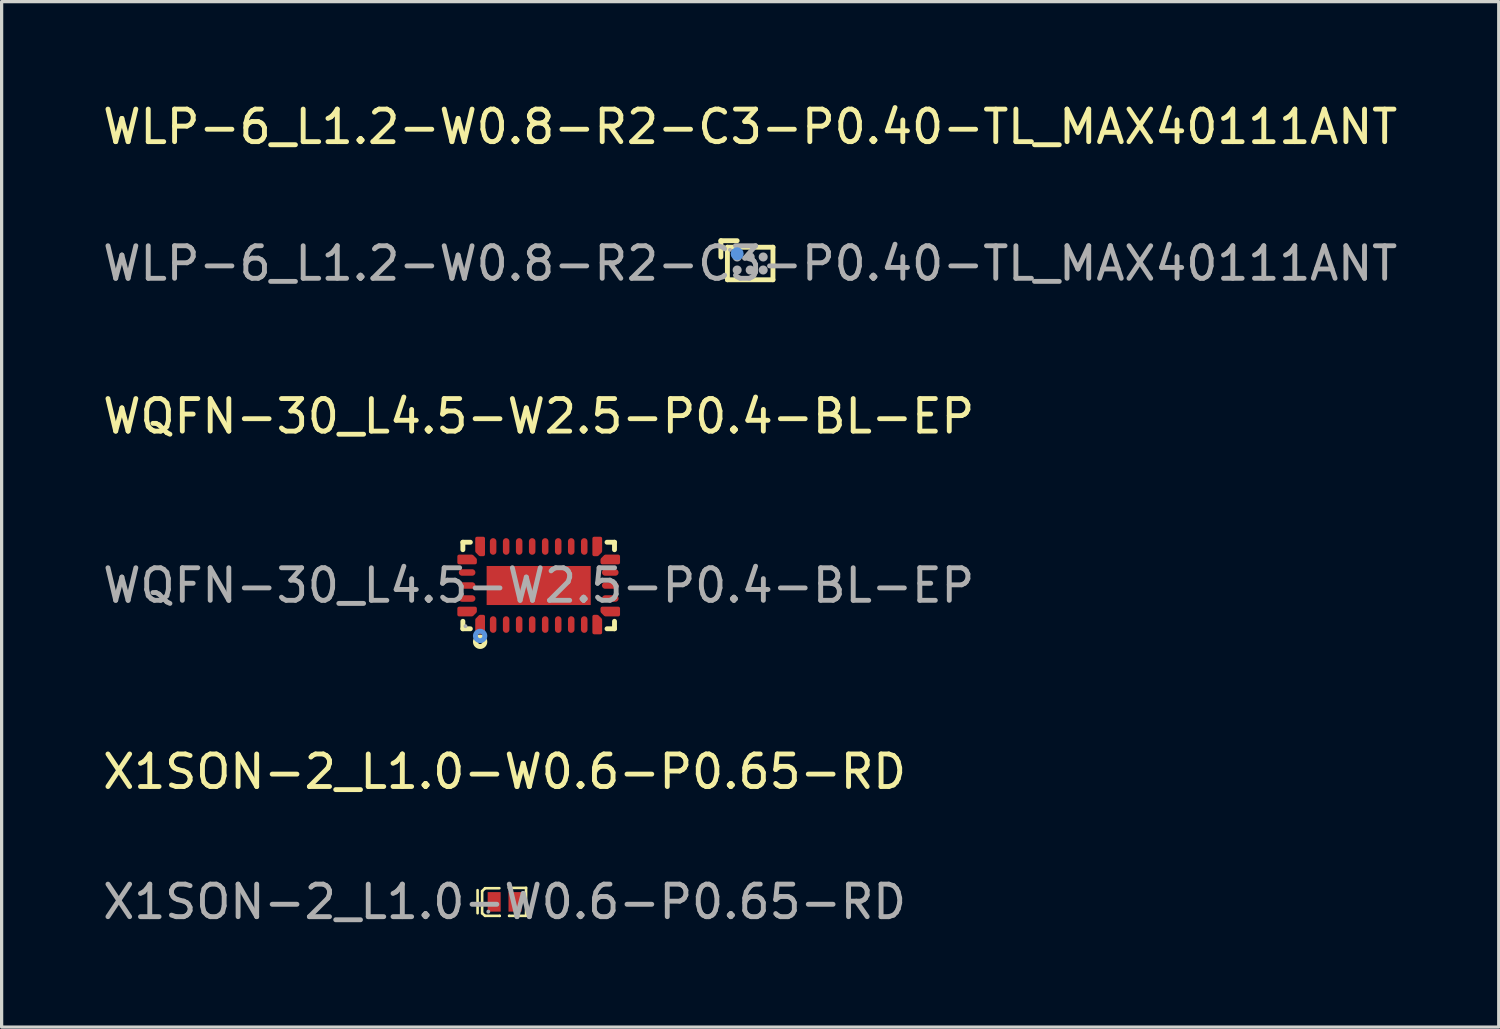
<source format=kicad_pcb>
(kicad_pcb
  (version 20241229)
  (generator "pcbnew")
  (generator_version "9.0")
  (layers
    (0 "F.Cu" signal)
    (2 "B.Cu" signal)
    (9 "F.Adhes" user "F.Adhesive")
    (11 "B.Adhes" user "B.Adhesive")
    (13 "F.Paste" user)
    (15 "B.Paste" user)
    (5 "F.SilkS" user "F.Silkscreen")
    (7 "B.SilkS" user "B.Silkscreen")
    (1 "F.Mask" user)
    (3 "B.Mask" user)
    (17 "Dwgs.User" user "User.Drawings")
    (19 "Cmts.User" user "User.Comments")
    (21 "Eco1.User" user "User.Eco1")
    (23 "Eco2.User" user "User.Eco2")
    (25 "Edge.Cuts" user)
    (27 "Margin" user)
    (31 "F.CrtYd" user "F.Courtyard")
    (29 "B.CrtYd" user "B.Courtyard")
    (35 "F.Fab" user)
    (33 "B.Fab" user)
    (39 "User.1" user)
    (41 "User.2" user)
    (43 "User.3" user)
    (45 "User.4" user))
  (footprint "WQFN-30_L4.5-W2.5-P0.4-BL-EP"
    (layer "F.Cu")
    (at 13.506 14.945)
    (property "Reference" "WQFN-30_L4.5-W2.5-P0.4-BL-EP" (at 0 -5.2 0) (layer "F.SilkS") (effects (font (size 1 1) (thickness 0.15))))
    (attr smd)
    (fp_line (start -2.33 -1.33) (end -2.1 -1.33) (stroke (width 0.15) (type solid)) (layer "F.SilkS"))
    (fp_line (start -2.33 -1.1) (end -2.33 -1.33) (stroke (width 0.15) (type solid)) (layer "F.SilkS"))
    (fp_line (start -2.33 1.1) (end -2.33 1.33) (stroke (width 0.15) (type solid)) (layer "F.SilkS"))
    (fp_line (start -2.33 1.33) (end -2.1 1.33) (stroke (width 0.15) (type solid)) (layer "F.SilkS"))
    (fp_line (start 2.33 -1.33) (end 2.1 -1.33) (stroke (width 0.15) (type solid)) (layer "F.SilkS"))
    (fp_line (start 2.33 -1.1) (end 2.33 -1.33) (stroke (width 0.15) (type solid)) (layer "F.SilkS"))
    (fp_line (start 2.33 1.1) (end 2.33 1.33) (stroke (width 0.15) (type solid)) (layer "F.SilkS"))
    (fp_line (start 2.33 1.33) (end 2.1 1.33) (stroke (width 0.15) (type solid)) (layer "F.SilkS"))
    (fp_circle (center -1.8 1.73) (end -1.73 1.73) (stroke (width 0.15) (type solid)) (fill no) (layer "F.SilkS"))
    (fp_circle (center -1.8 1.55) (end -1.73 1.55) (stroke (width 0.15) (type solid)) (fill no) (layer "Cmts.User"))
    (fp_circle (center -2.25 1.25) (end -2.22 1.25) (stroke (width 0.06) (type solid)) (fill no) (layer "F.Fab"))
    (fp_text user "${REFERENCE}" (at 0 0 0) (layer "F.Fab") (effects (font (size 1 1) (thickness 0.15))))
    (pad "1" smd custom (at -1.8 1.2) (size 0.01 0.01) (layers "F.Cu" "F.Mask" "F.Paste") (options (anchor circle)) (primitives (gr_poly (pts (xy -0.1 0.25) (xy 0.1 0.25) (xy 0.1 -0.25) (xy 0 -0.25) (xy -0.1 -0.15)) (width 0.1) (fill yes))))
    (pad "2" smd oval (at -1.4 1.2) (size 0.2 0.51) (layers "F.Cu" "F.Mask" "F.Paste"))
    (pad "3" smd oval (at -1 1.2) (size 0.2 0.51) (layers "F.Cu" "F.Mask" "F.Paste"))
    (pad "4" smd oval (at -0.6 1.2) (size 0.2 0.51) (layers "F.Cu" "F.Mask" "F.Paste"))
    (pad "5" smd oval (at -0.2 1.2) (size 0.2 0.51) (layers "F.Cu" "F.Mask" "F.Paste"))
    (pad "6" smd oval (at 0.2 1.2) (size 0.2 0.51) (layers "F.Cu" "F.Mask" "F.Paste"))
    (pad "7" smd oval (at 0.6 1.2) (size 0.2 0.51) (layers "F.Cu" "F.Mask" "F.Paste"))
    (pad "8" smd oval (at 1 1.2) (size 0.2 0.51) (layers "F.Cu" "F.Mask" "F.Paste"))
    (pad "9" smd oval (at 1.4 1.2) (size 0.2 0.51) (layers "F.Cu" "F.Mask" "F.Paste"))
    (pad "10" smd custom (at 1.8 1.2) (size 0.01 0.01) (layers "F.Cu" "F.Mask" "F.Paste") (options (anchor circle)) (primitives (gr_poly (pts (xy 0.1 0.25) (xy -0.1 0.25) (xy -0.1 -0.25) (xy 0 -0.25) (xy 0.1 -0.15)) (width 0.1) (fill yes))))
    (pad "11" smd custom (at 2.2 0.8) (size 0.01 0.01) (layers "F.Cu" "F.Mask" "F.Paste") (options (anchor circle)) (primitives (gr_poly (pts (xy 0.25 0.1) (xy 0.25 -0.1) (xy -0.25 -0.1) (xy -0.25 0) (xy -0.15 0.1)) (width 0.1) (fill yes))))
    (pad "12" smd oval (at 2.2 0.4) (size 0.51 0.2) (layers "F.Cu" "F.Mask" "F.Paste"))
    (pad "13" smd oval (at 2.2 0) (size 0.51 0.2) (layers "F.Cu" "F.Mask" "F.Paste"))
    (pad "14" smd oval (at 2.2 -0.4) (size 0.51 0.2) (layers "F.Cu" "F.Mask" "F.Paste"))
    (pad "15" smd custom (at 2.2 -0.8) (size 0.01 0.01) (layers "F.Cu" "F.Mask" "F.Paste") (options (anchor circle)) (primitives (gr_poly (pts (xy 0.25 -0.1) (xy 0.25 0.1) (xy -0.25 0.1) (xy -0.25 0) (xy -0.15 -0.1)) (width 0.1) (fill yes))))
    (pad "16" smd custom (at 1.8 -1.2) (size 0.01 0.01) (layers "F.Cu" "F.Mask" "F.Paste") (options (anchor circle)) (primitives (gr_poly (pts (xy 0.1 -0.25) (xy -0.1 -0.25) (xy -0.1 0.25) (xy 0 0.25) (xy 0.1 0.15)) (width 0.1) (fill yes))))
    (pad "17" smd oval (at 1.4 -1.2) (size 0.2 0.51) (layers "F.Cu" "F.Mask" "F.Paste"))
    (pad "18" smd oval (at 1 -1.2) (size 0.2 0.51) (layers "F.Cu" "F.Mask" "F.Paste"))
    (pad "19" smd oval (at 0.6 -1.2) (size 0.2 0.51) (layers "F.Cu" "F.Mask" "F.Paste"))
    (pad "20" smd oval (at 0.2 -1.2) (size 0.2 0.51) (layers "F.Cu" "F.Mask" "F.Paste"))
    (pad "21" smd oval (at -0.2 -1.2) (size 0.2 0.51) (layers "F.Cu" "F.Mask" "F.Paste"))
    (pad "22" smd oval (at -0.6 -1.2) (size 0.2 0.51) (layers "F.Cu" "F.Mask" "F.Paste"))
    (pad "23" smd oval (at -1 -1.2) (size 0.2 0.51) (layers "F.Cu" "F.Mask" "F.Paste"))
    (pad "24" smd oval (at -1.4 -1.2) (size 0.2 0.51) (layers "F.Cu" "F.Mask" "F.Paste"))
    (pad "25" smd custom (at -1.8 -1.2) (size 0.01 0.01) (layers "F.Cu" "F.Mask" "F.Paste") (options (anchor circle)) (primitives (gr_poly (pts (xy -0.1 -0.25) (xy 0.1 -0.25) (xy 0.1 0.25) (xy 0 0.25) (xy -0.1 0.15)) (width 0.1) (fill yes))))
    (pad "26" smd custom (at -2.2 -0.8) (size 0.01 0.01) (layers "F.Cu" "F.Mask" "F.Paste") (options (anchor circle)) (primitives (gr_poly (pts (xy -0.25 -0.1) (xy -0.25 0.1) (xy 0.25 0.1) (xy 0.25 0) (xy 0.15 -0.1)) (width 0.1) (fill yes))))
    (pad "27" smd oval (at -2.2 -0.4) (size 0.51 0.2) (layers "F.Cu" "F.Mask" "F.Paste"))
    (pad "28" smd oval (at -2.2 0) (size 0.51 0.2) (layers "F.Cu" "F.Mask" "F.Paste"))
    (pad "29" smd oval (at -2.2 0.4) (size 0.51 0.2) (layers "F.Cu" "F.Mask" "F.Paste"))
    (pad "30" smd custom (at -2.2 0.8) (size 0.01 0.01) (layers "F.Cu" "F.Mask" "F.Paste") (options (anchor circle)) (primitives (gr_poly (pts (xy -0.25 0.1) (xy -0.25 -0.1) (xy 0.25 -0.1) (xy 0.25 0) (xy 0.15 0.1)) (width 0.1) (fill yes))))
    (pad "31" smd rect (at 0 0) (size 3.2 1.2) (layers "F.Cu" "F.Mask" "F.Paste")))
  (footprint "WLP-6_L1.2-W0.8-R2-C3-P0.40-TL_MAX40111ANT"
    (layer "F.Cu")
    (at 20.006 5.048)
    (property "Reference" "WLP-6_L1.2-W0.8-R2-C3-P0.40-TL_MAX40111ANT" (at 0 -4.2 0) (layer "F.SilkS") (effects (font (size 1 1) (thickness 0.15))))
    (attr smd)
    (fp_line (start -0.9 -0.7) (end -0.4 -0.7) (stroke (width 0.15) (type solid)) (layer "F.SilkS"))
    (fp_line (start -0.9 -0.2) (end -0.9 -0.7) (stroke (width 0.15) (type solid)) (layer "F.SilkS"))
    (fp_line (start -0.7 -0.5) (end 0.7 -0.5) (stroke (width 0.15) (type solid)) (layer "F.SilkS"))
    (fp_line (start -0.7 0.5) (end -0.7 -0.5) (stroke (width 0.15) (type solid)) (layer "F.SilkS"))
    (fp_line (start 0.7 -0.5) (end 0.7 0.5) (stroke (width 0.15) (type solid)) (layer "F.SilkS"))
    (fp_line (start 0.7 0.5) (end -0.7 0.5) (stroke (width 0.15) (type solid)) (layer "F.SilkS"))
    (fp_circle (center -0.4 -0.3) (end -0.3 -0.3) (stroke (width 0.2) (type solid)) (fill no) (layer "Cmts.User"))
    (fp_circle (center -0.62 -0.42) (end -0.59 -0.42) (stroke (width 0.06) (type solid)) (fill no) (layer "F.Fab"))
    (fp_circle (center -0.4 -0.2) (end -0.33 -0.2) (stroke (width 0.14) (type solid)) (fill no) (layer "F.Fab"))
    (fp_circle (center -0.4 0.2) (end -0.33 0.2) (stroke (width 0.14) (type solid)) (fill no) (layer "F.Fab"))
    (fp_circle (center 0 -0.2) (end 0.07 -0.2) (stroke (width 0.14) (type solid)) (fill no) (layer "F.Fab"))
    (fp_circle (center 0 0.2) (end 0.07 0.2) (stroke (width 0.14) (type solid)) (fill no) (layer "F.Fab"))
    (fp_circle (center 0.4 -0.2) (end 0.47 -0.2) (stroke (width 0.14) (type solid)) (fill no) (layer "F.Fab"))
    (fp_circle (center 0.4 0.2) (end 0.47 0.2) (stroke (width 0.14) (type solid)) (fill no) (layer "F.Fab"))
    (fp_text user "${REFERENCE}" (at 0 0 0) (layer "F.Fab") (effects (font (size 1 1) (thickness 0.15))))
    (pad "A1" smd circle (at -0.4 -0.2) (size 0.22 0.22) (layers "F.Cu" "F.Mask" "F.Paste"))
    (pad "A2" smd circle (at 0 -0.2) (size 0.22 0.22) (layers "F.Cu" "F.Mask" "F.Paste"))
    (pad "A3" smd circle (at 0.4 -0.2) (size 0.22 0.22) (layers "F.Cu" "F.Mask" "F.Paste"))
    (pad "B1" smd circle (at -0.4 0.2) (size 0.22 0.22) (layers "F.Cu" "F.Mask" "F.Paste"))
    (pad "B2" smd circle (at 0 0.2) (size 0.22 0.22) (layers "F.Cu" "F.Mask" "F.Paste"))
    (pad "B3" smd circle (at 0.4 0.2) (size 0.22 0.22) (layers "F.Cu" "F.Mask" "F.Paste")))
  (footprint "X1SON-2_L1.0-W0.6-P0.65-RD"
    (layer "F.Cu")
    (at 12.458 24.668)
    (property "Reference" "X1SON-2_L1.0-W0.6-P0.65-RD" (at 0 -4 0) (layer "F.SilkS") (effects (font (size 1 1) (thickness 0.15))))
    (attr smd)
    (fp_line (start -0.83 -0.36) (end -0.83 0.35) (stroke (width 0.08) (type solid)) (layer "F.SilkS"))
    (fp_line (start -0.69 -0.33) (end -0.69 0.35) (stroke (width 0.08) (type solid)) (layer "F.SilkS"))
    (fp_line (start -0.69 0.35) (end -0.6 0.43) (stroke (width 0.08) (type solid)) (layer "F.SilkS"))
    (fp_line (start -0.6 -0.42) (end -0.69 -0.33) (stroke (width 0.08) (type solid)) (layer "F.SilkS"))
    (fp_line (start -0.6 0.43) (end -0.15 0.43) (stroke (width 0.08) (type solid)) (layer "F.SilkS"))
    (fp_line (start -0.16 -0.42) (end -0.6 -0.42) (stroke (width 0.08) (type solid)) (layer "F.SilkS"))
    (fp_line (start -0.15 0.43) (end -0.15 0.43) (stroke (width 0.08) (type solid)) (layer "F.SilkS"))
    (fp_line (start 0.13 -0.43) (end 0.66 -0.43) (stroke (width 0.08) (type solid)) (layer "F.SilkS"))
    (fp_line (start 0.14 0.43) (end 0.14 0.43) (stroke (width 0.08) (type solid)) (layer "F.SilkS"))
    (fp_line (start 0.66 -0.43) (end 0.66 0.43) (stroke (width 0.08) (type solid)) (layer "F.SilkS"))
    (fp_line (start 0.66 0.43) (end 0.14 0.43) (stroke (width 0.08) (type solid)) (layer "F.SilkS"))
    (fp_circle (center -0.5 0.3) (end -0.47 0.3) (stroke (width 0.06) (type solid)) (fill no) (layer "F.Fab"))
    (fp_text user "${REFERENCE}" (at 0 0 0) (layer "F.Fab") (effects (font (size 1 1) (thickness 0.15))))
    (pad "1" smd rect (at -0.32 0) (size 0.4 0.6) (layers "F.Cu" "F.Mask" "F.Paste"))
    (pad "2" smd rect (at 0.32 0) (size 0.4 0.6) (layers "F.Cu" "F.Mask" "F.Paste")))
  (gr_rect
    (start -3 -3)
    (end 43.012 28.516)
    (stroke (width 0.1) (type default))
    (fill no)
    (layer "Edge.Cuts")))
</source>
